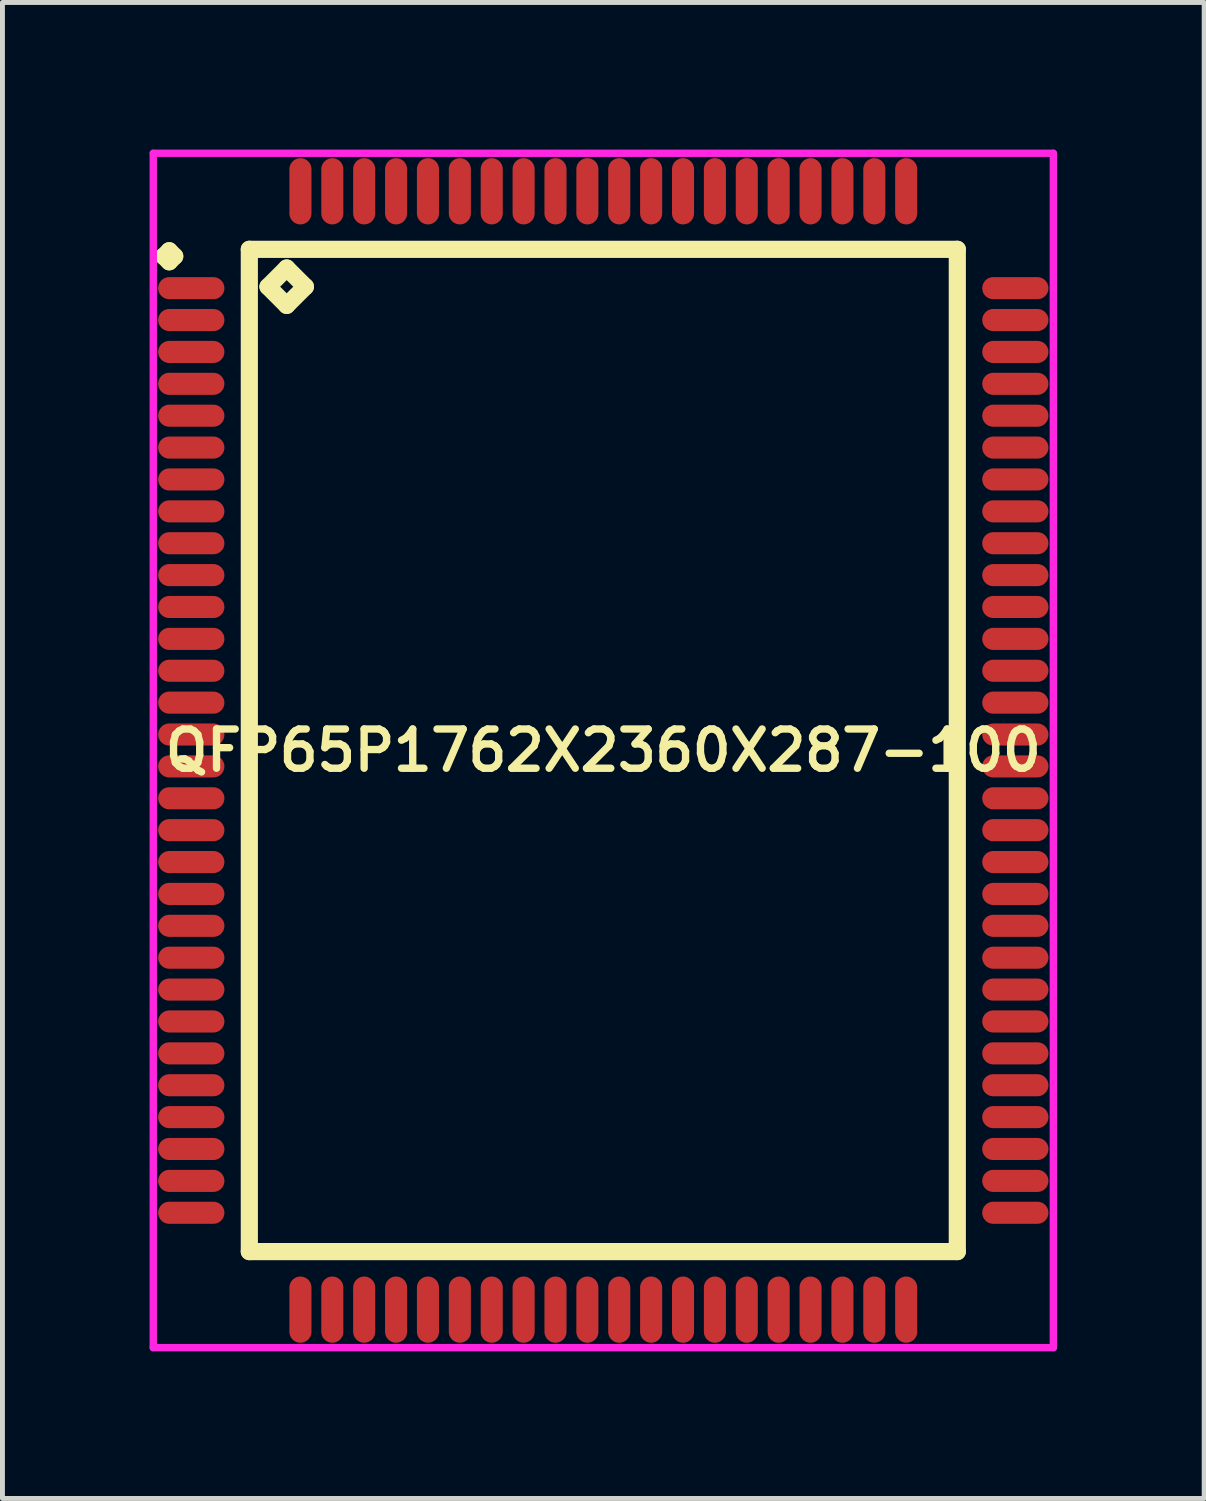
<source format=kicad_pcb>
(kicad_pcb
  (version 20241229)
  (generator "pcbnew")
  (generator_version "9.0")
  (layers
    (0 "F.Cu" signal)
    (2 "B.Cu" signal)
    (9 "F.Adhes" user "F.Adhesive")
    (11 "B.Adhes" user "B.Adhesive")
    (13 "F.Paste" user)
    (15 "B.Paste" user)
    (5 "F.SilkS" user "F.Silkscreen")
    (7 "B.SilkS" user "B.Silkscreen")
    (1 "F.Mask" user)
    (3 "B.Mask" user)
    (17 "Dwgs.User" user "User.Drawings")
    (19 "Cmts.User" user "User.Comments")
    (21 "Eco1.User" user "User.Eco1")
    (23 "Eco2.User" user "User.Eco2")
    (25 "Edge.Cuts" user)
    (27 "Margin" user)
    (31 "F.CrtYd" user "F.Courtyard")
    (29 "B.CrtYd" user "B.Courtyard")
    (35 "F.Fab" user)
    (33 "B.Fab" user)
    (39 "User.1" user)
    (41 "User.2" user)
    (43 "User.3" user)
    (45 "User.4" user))
  (footprint "QFP65P1762X2360X287-100"
    (layer "F.Cu")
    (at 9.25 12.25)
    (property "Reference" "QFP65P1762X2360X287-100" (at 0 0 0) (layer "F.SilkS") (effects (font (size 0.8 0.8) (thickness 0.15))))
    (attr smd)
    (fp_line (start -8.963 -10.075) (end -8.85 -10.188) (stroke (width 0.35) (type solid)) (layer "F.SilkS"))
    (fp_line (start -8.85 -10.188) (end -8.738 -10.075) (stroke (width 0.35) (type solid)) (layer "F.SilkS"))
    (fp_line (start -8.85 -9.963) (end -8.963 -10.075) (stroke (width 0.35) (type solid)) (layer "F.SilkS"))
    (fp_line (start -8.738 -10.075) (end -8.85 -9.963) (stroke (width 0.35) (type solid)) (layer "F.SilkS"))
    (fp_line (start -7.217 -10.217) (end -7.217 10.217) (stroke (width 0.35) (type solid)) (layer "F.SilkS"))
    (fp_line (start -7.217 10.217) (end 7.217 10.217) (stroke (width 0.35) (type solid)) (layer "F.SilkS"))
    (fp_line (start -6.836 -9.455) (end -6.455 -9.836) (stroke (width 0.35) (type solid)) (layer "F.SilkS"))
    (fp_line (start -6.455 -9.836) (end -6.074 -9.455) (stroke (width 0.35) (type solid)) (layer "F.SilkS"))
    (fp_line (start -6.455 -9.074) (end -6.836 -9.455) (stroke (width 0.35) (type solid)) (layer "F.SilkS"))
    (fp_line (start -6.074 -9.455) (end -6.455 -9.074) (stroke (width 0.35) (type solid)) (layer "F.SilkS"))
    (fp_line (start 7.217 -10.217) (end -7.217 -10.217) (stroke (width 0.35) (type solid)) (layer "F.SilkS"))
    (fp_line (start 7.217 10.217) (end 7.217 -10.217) (stroke (width 0.35) (type solid)) (layer "F.SilkS"))
    (fp_line (start -9.175 -12.175) (end 9.175 -12.175) (stroke (width 0.15) (type solid)) (layer "F.CrtYd"))
    (fp_line (start -9.175 12.175) (end -9.175 -12.175) (stroke (width 0.15) (type solid)) (layer "F.CrtYd"))
    (fp_line (start 9.175 -12.175) (end 9.175 12.175) (stroke (width 0.15) (type solid)) (layer "F.CrtYd"))
    (fp_line (start 9.175 12.175) (end -9.175 12.175) (stroke (width 0.15) (type solid)) (layer "F.CrtYd"))
    (pad "1" smd oval (at -8.4 -9.425) (size 1.35 0.45) (layers "F.Cu" "F.Mask" "F.Paste"))
    (pad "2" smd oval (at -8.4 -8.775) (size 1.35 0.45) (layers "F.Cu" "F.Mask" "F.Paste"))
    (pad "3" smd oval (at -8.4 -8.125) (size 1.35 0.45) (layers "F.Cu" "F.Mask" "F.Paste"))
    (pad "4" smd oval (at -8.4 -7.475) (size 1.35 0.45) (layers "F.Cu" "F.Mask" "F.Paste"))
    (pad "5" smd oval (at -8.4 -6.825) (size 1.35 0.45) (layers "F.Cu" "F.Mask" "F.Paste"))
    (pad "6" smd oval (at -8.4 -6.175) (size 1.35 0.45) (layers "F.Cu" "F.Mask" "F.Paste"))
    (pad "7" smd oval (at -8.4 -5.525) (size 1.35 0.45) (layers "F.Cu" "F.Mask" "F.Paste"))
    (pad "8" smd oval (at -8.4 -4.875) (size 1.35 0.45) (layers "F.Cu" "F.Mask" "F.Paste"))
    (pad "9" smd oval (at -8.4 -4.225) (size 1.35 0.45) (layers "F.Cu" "F.Mask" "F.Paste"))
    (pad "10" smd oval (at -8.4 -3.575) (size 1.35 0.45) (layers "F.Cu" "F.Mask" "F.Paste"))
    (pad "11" smd oval (at -8.4 -2.925) (size 1.35 0.45) (layers "F.Cu" "F.Mask" "F.Paste"))
    (pad "12" smd oval (at -8.4 -2.275) (size 1.35 0.45) (layers "F.Cu" "F.Mask" "F.Paste"))
    (pad "13" smd oval (at -8.4 -1.625) (size 1.35 0.45) (layers "F.Cu" "F.Mask" "F.Paste"))
    (pad "14" smd oval (at -8.4 -0.975) (size 1.35 0.45) (layers "F.Cu" "F.Mask" "F.Paste"))
    (pad "15" smd oval (at -8.4 -0.325) (size 1.35 0.45) (layers "F.Cu" "F.Mask" "F.Paste"))
    (pad "16" smd oval (at -8.4 0.325) (size 1.35 0.45) (layers "F.Cu" "F.Mask" "F.Paste"))
    (pad "17" smd oval (at -8.4 0.975) (size 1.35 0.45) (layers "F.Cu" "F.Mask" "F.Paste"))
    (pad "18" smd oval (at -8.4 1.625) (size 1.35 0.45) (layers "F.Cu" "F.Mask" "F.Paste"))
    (pad "19" smd oval (at -8.4 2.275) (size 1.35 0.45) (layers "F.Cu" "F.Mask" "F.Paste"))
    (pad "20" smd oval (at -8.4 2.925) (size 1.35 0.45) (layers "F.Cu" "F.Mask" "F.Paste"))
    (pad "21" smd oval (at -8.4 3.575) (size 1.35 0.45) (layers "F.Cu" "F.Mask" "F.Paste"))
    (pad "22" smd oval (at -8.4 4.225) (size 1.35 0.45) (layers "F.Cu" "F.Mask" "F.Paste"))
    (pad "23" smd oval (at -8.4 4.875) (size 1.35 0.45) (layers "F.Cu" "F.Mask" "F.Paste"))
    (pad "24" smd oval (at -8.4 5.525) (size 1.35 0.45) (layers "F.Cu" "F.Mask" "F.Paste"))
    (pad "25" smd oval (at -8.4 6.175) (size 1.35 0.45) (layers "F.Cu" "F.Mask" "F.Paste"))
    (pad "26" smd oval (at -8.4 6.825) (size 1.35 0.45) (layers "F.Cu" "F.Mask" "F.Paste"))
    (pad "27" smd oval (at -8.4 7.475) (size 1.35 0.45) (layers "F.Cu" "F.Mask" "F.Paste"))
    (pad "28" smd oval (at -8.4 8.125) (size 1.35 0.45) (layers "F.Cu" "F.Mask" "F.Paste"))
    (pad "29" smd oval (at -8.4 8.775) (size 1.35 0.45) (layers "F.Cu" "F.Mask" "F.Paste"))
    (pad "30" smd oval (at -8.4 9.425) (size 1.35 0.45) (layers "F.Cu" "F.Mask" "F.Paste"))
    (pad "31" smd oval (at -6.175 11.4) (size 0.45 1.35) (layers "F.Cu" "F.Mask" "F.Paste"))
    (pad "32" smd oval (at -5.525 11.4) (size 0.45 1.35) (layers "F.Cu" "F.Mask" "F.Paste"))
    (pad "33" smd oval (at -4.875 11.4) (size 0.45 1.35) (layers "F.Cu" "F.Mask" "F.Paste"))
    (pad "34" smd oval (at -4.225 11.4) (size 0.45 1.35) (layers "F.Cu" "F.Mask" "F.Paste"))
    (pad "35" smd oval (at -3.575 11.4) (size 0.45 1.35) (layers "F.Cu" "F.Mask" "F.Paste"))
    (pad "36" smd oval (at -2.925 11.4) (size 0.45 1.35) (layers "F.Cu" "F.Mask" "F.Paste"))
    (pad "37" smd oval (at -2.275 11.4) (size 0.45 1.35) (layers "F.Cu" "F.Mask" "F.Paste"))
    (pad "38" smd oval (at -1.625 11.4) (size 0.45 1.35) (layers "F.Cu" "F.Mask" "F.Paste"))
    (pad "39" smd oval (at -0.975 11.4) (size 0.45 1.35) (layers "F.Cu" "F.Mask" "F.Paste"))
    (pad "40" smd oval (at -0.325 11.4) (size 0.45 1.35) (layers "F.Cu" "F.Mask" "F.Paste"))
    (pad "41" smd oval (at 0.325 11.4) (size 0.45 1.35) (layers "F.Cu" "F.Mask" "F.Paste"))
    (pad "42" smd oval (at 0.975 11.4) (size 0.45 1.35) (layers "F.Cu" "F.Mask" "F.Paste"))
    (pad "43" smd oval (at 1.625 11.4) (size 0.45 1.35) (layers "F.Cu" "F.Mask" "F.Paste"))
    (pad "44" smd oval (at 2.275 11.4) (size 0.45 1.35) (layers "F.Cu" "F.Mask" "F.Paste"))
    (pad "45" smd oval (at 2.925 11.4) (size 0.45 1.35) (layers "F.Cu" "F.Mask" "F.Paste"))
    (pad "46" smd oval (at 3.575 11.4) (size 0.45 1.35) (layers "F.Cu" "F.Mask" "F.Paste"))
    (pad "47" smd oval (at 4.225 11.4) (size 0.45 1.35) (layers "F.Cu" "F.Mask" "F.Paste"))
    (pad "48" smd oval (at 4.875 11.4) (size 0.45 1.35) (layers "F.Cu" "F.Mask" "F.Paste"))
    (pad "49" smd oval (at 5.525 11.4) (size 0.45 1.35) (layers "F.Cu" "F.Mask" "F.Paste"))
    (pad "50" smd oval (at 6.175 11.4) (size 0.45 1.35) (layers "F.Cu" "F.Mask" "F.Paste"))
    (pad "51" smd oval (at 8.4 9.425) (size 1.35 0.45) (layers "F.Cu" "F.Mask" "F.Paste"))
    (pad "52" smd oval (at 8.4 8.775) (size 1.35 0.45) (layers "F.Cu" "F.Mask" "F.Paste"))
    (pad "53" smd oval (at 8.4 8.125) (size 1.35 0.45) (layers "F.Cu" "F.Mask" "F.Paste"))
    (pad "54" smd oval (at 8.4 7.475) (size 1.35 0.45) (layers "F.Cu" "F.Mask" "F.Paste"))
    (pad "55" smd oval (at 8.4 6.825) (size 1.35 0.45) (layers "F.Cu" "F.Mask" "F.Paste"))
    (pad "56" smd oval (at 8.4 6.175) (size 1.35 0.45) (layers "F.Cu" "F.Mask" "F.Paste"))
    (pad "57" smd oval (at 8.4 5.525) (size 1.35 0.45) (layers "F.Cu" "F.Mask" "F.Paste"))
    (pad "58" smd oval (at 8.4 4.875) (size 1.35 0.45) (layers "F.Cu" "F.Mask" "F.Paste"))
    (pad "59" smd oval (at 8.4 4.225) (size 1.35 0.45) (layers "F.Cu" "F.Mask" "F.Paste"))
    (pad "60" smd oval (at 8.4 3.575) (size 1.35 0.45) (layers "F.Cu" "F.Mask" "F.Paste"))
    (pad "61" smd oval (at 8.4 2.925) (size 1.35 0.45) (layers "F.Cu" "F.Mask" "F.Paste"))
    (pad "62" smd oval (at 8.4 2.275) (size 1.35 0.45) (layers "F.Cu" "F.Mask" "F.Paste"))
    (pad "63" smd oval (at 8.4 1.625) (size 1.35 0.45) (layers "F.Cu" "F.Mask" "F.Paste"))
    (pad "64" smd oval (at 8.4 0.975) (size 1.35 0.45) (layers "F.Cu" "F.Mask" "F.Paste"))
    (pad "65" smd oval (at 8.4 0.325) (size 1.35 0.45) (layers "F.Cu" "F.Mask" "F.Paste"))
    (pad "66" smd oval (at 8.4 -0.325) (size 1.35 0.45) (layers "F.Cu" "F.Mask" "F.Paste"))
    (pad "67" smd oval (at 8.4 -0.975) (size 1.35 0.45) (layers "F.Cu" "F.Mask" "F.Paste"))
    (pad "68" smd oval (at 8.4 -1.625) (size 1.35 0.45) (layers "F.Cu" "F.Mask" "F.Paste"))
    (pad "69" smd oval (at 8.4 -2.275) (size 1.35 0.45) (layers "F.Cu" "F.Mask" "F.Paste"))
    (pad "70" smd oval (at 8.4 -2.925) (size 1.35 0.45) (layers "F.Cu" "F.Mask" "F.Paste"))
    (pad "71" smd oval (at 8.4 -3.575) (size 1.35 0.45) (layers "F.Cu" "F.Mask" "F.Paste"))
    (pad "72" smd oval (at 8.4 -4.225) (size 1.35 0.45) (layers "F.Cu" "F.Mask" "F.Paste"))
    (pad "73" smd oval (at 8.4 -4.875) (size 1.35 0.45) (layers "F.Cu" "F.Mask" "F.Paste"))
    (pad "74" smd oval (at 8.4 -5.525) (size 1.35 0.45) (layers "F.Cu" "F.Mask" "F.Paste"))
    (pad "75" smd oval (at 8.4 -6.175) (size 1.35 0.45) (layers "F.Cu" "F.Mask" "F.Paste"))
    (pad "76" smd oval (at 8.4 -6.825) (size 1.35 0.45) (layers "F.Cu" "F.Mask" "F.Paste"))
    (pad "77" smd oval (at 8.4 -7.475) (size 1.35 0.45) (layers "F.Cu" "F.Mask" "F.Paste"))
    (pad "78" smd oval (at 8.4 -8.125) (size 1.35 0.45) (layers "F.Cu" "F.Mask" "F.Paste"))
    (pad "79" smd oval (at 8.4 -8.775) (size 1.35 0.45) (layers "F.Cu" "F.Mask" "F.Paste"))
    (pad "80" smd oval (at 8.4 -9.425) (size 1.35 0.45) (layers "F.Cu" "F.Mask" "F.Paste"))
    (pad "81" smd oval (at 6.175 -11.4) (size 0.45 1.35) (layers "F.Cu" "F.Mask" "F.Paste"))
    (pad "82" smd oval (at 5.525 -11.4) (size 0.45 1.35) (layers "F.Cu" "F.Mask" "F.Paste"))
    (pad "83" smd oval (at 4.875 -11.4) (size 0.45 1.35) (layers "F.Cu" "F.Mask" "F.Paste"))
    (pad "84" smd oval (at 4.225 -11.4) (size 0.45 1.35) (layers "F.Cu" "F.Mask" "F.Paste"))
    (pad "85" smd oval (at 3.575 -11.4) (size 0.45 1.35) (layers "F.Cu" "F.Mask" "F.Paste"))
    (pad "86" smd oval (at 2.925 -11.4) (size 0.45 1.35) (layers "F.Cu" "F.Mask" "F.Paste"))
    (pad "87" smd oval (at 2.275 -11.4) (size 0.45 1.35) (layers "F.Cu" "F.Mask" "F.Paste"))
    (pad "88" smd oval (at 1.625 -11.4) (size 0.45 1.35) (layers "F.Cu" "F.Mask" "F.Paste"))
    (pad "89" smd oval (at 0.975 -11.4) (size 0.45 1.35) (layers "F.Cu" "F.Mask" "F.Paste"))
    (pad "90" smd oval (at 0.325 -11.4) (size 0.45 1.35) (layers "F.Cu" "F.Mask" "F.Paste"))
    (pad "91" smd oval (at -0.325 -11.4) (size 0.45 1.35) (layers "F.Cu" "F.Mask" "F.Paste"))
    (pad "92" smd oval (at -0.975 -11.4) (size 0.45 1.35) (layers "F.Cu" "F.Mask" "F.Paste"))
    (pad "93" smd oval (at -1.625 -11.4) (size 0.45 1.35) (layers "F.Cu" "F.Mask" "F.Paste"))
    (pad "94" smd oval (at -2.275 -11.4) (size 0.45 1.35) (layers "F.Cu" "F.Mask" "F.Paste"))
    (pad "95" smd oval (at -2.925 -11.4) (size 0.45 1.35) (layers "F.Cu" "F.Mask" "F.Paste"))
    (pad "96" smd oval (at -3.575 -11.4) (size 0.45 1.35) (layers "F.Cu" "F.Mask" "F.Paste"))
    (pad "97" smd oval (at -4.225 -11.4) (size 0.45 1.35) (layers "F.Cu" "F.Mask" "F.Paste"))
    (pad "98" smd oval (at -4.875 -11.4) (size 0.45 1.35) (layers "F.Cu" "F.Mask" "F.Paste"))
    (pad "99" smd oval (at -5.525 -11.4) (size 0.45 1.35) (layers "F.Cu" "F.Mask" "F.Paste"))
    (pad "100" smd oval (at -6.175 -11.4) (size 0.45 1.35) (layers "F.Cu" "F.Mask" "F.Paste")))
  (gr_rect
    (start -3 -3)
    (end 21.5 27.5)
    (stroke (width 0.1) (type default))
    (fill no)
    (layer "Edge.Cuts")))
</source>
